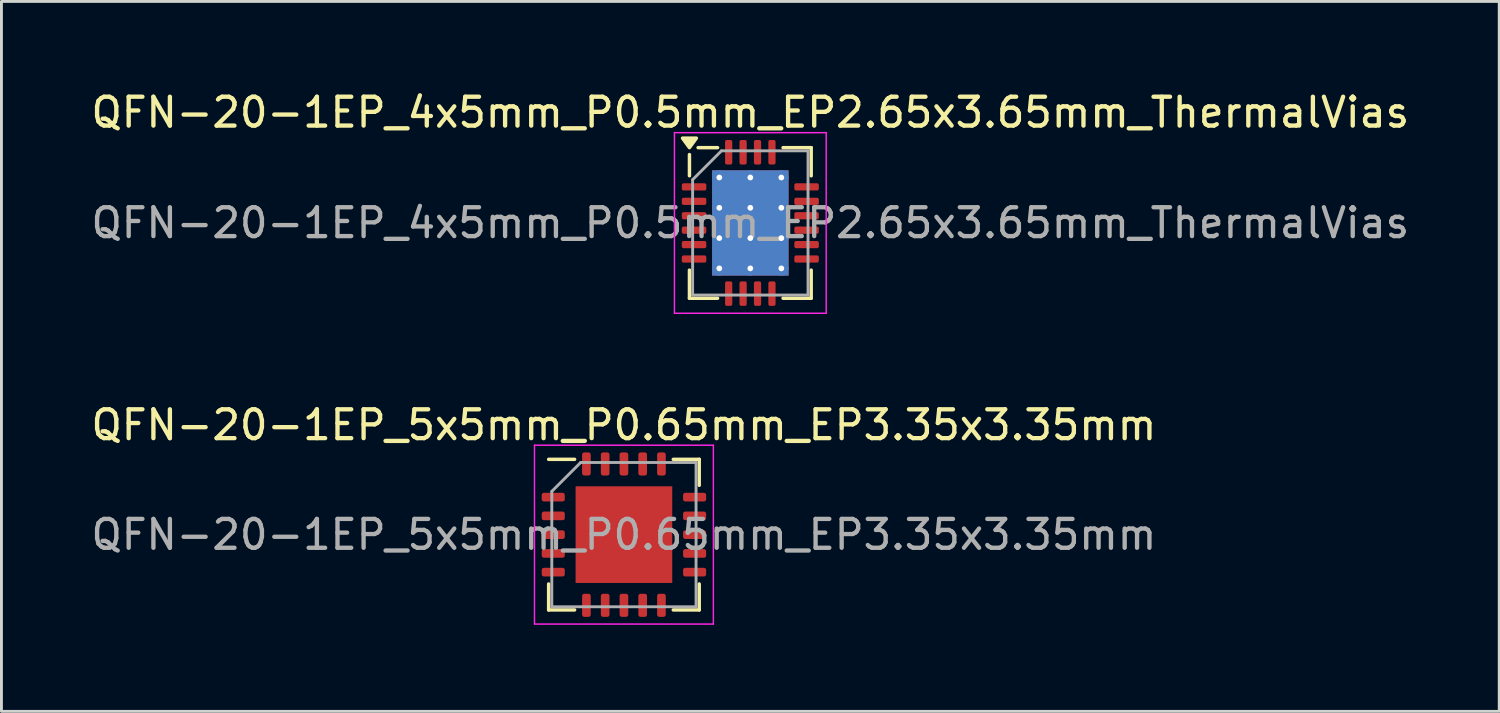
<source format=kicad_pcb>
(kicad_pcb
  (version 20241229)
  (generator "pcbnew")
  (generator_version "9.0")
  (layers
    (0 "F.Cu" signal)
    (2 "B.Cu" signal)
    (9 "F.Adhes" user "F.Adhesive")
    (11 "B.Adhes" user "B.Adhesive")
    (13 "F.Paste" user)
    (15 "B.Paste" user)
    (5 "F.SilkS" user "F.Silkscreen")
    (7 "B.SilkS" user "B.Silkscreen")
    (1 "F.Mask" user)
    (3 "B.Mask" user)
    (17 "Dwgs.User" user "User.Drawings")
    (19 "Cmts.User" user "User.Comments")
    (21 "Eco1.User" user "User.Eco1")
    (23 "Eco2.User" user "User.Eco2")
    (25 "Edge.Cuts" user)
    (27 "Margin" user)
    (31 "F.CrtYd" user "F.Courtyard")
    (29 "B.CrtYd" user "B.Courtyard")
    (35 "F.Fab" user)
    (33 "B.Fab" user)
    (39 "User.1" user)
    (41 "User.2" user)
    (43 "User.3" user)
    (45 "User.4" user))
  (footprint "QFN-20-1EP_4x5mm_P0.5mm_EP2.65x3.65mm_ThermalVias"
    (layer "F.Cu")
    (at 22.958 4.678)
    (property "Reference" "QFN-20-1EP_4x5mm_P0.5mm_EP2.65x3.65mm_ThermalVias" (at 0 -3.83 0) (layer "F.SilkS") (effects (font (size 1 1) (thickness 0.15))))
    (attr smd)
    (fp_line (start -2.11 -1.635) (end -2.11 -2.37) (stroke (width 0.12) (type solid)) (layer "F.SilkS"))
    (fp_line (start -2.11 2.61) (end -2.11 1.635) (stroke (width 0.12) (type solid)) (layer "F.SilkS"))
    (fp_line (start -1.135 -2.61) (end -1.81 -2.61) (stroke (width 0.12) (type solid)) (layer "F.SilkS"))
    (fp_line (start -1.135 2.61) (end -2.11 2.61) (stroke (width 0.12) (type solid)) (layer "F.SilkS"))
    (fp_line (start 1.135 -2.61) (end 2.11 -2.61) (stroke (width 0.12) (type solid)) (layer "F.SilkS"))
    (fp_line (start 1.135 2.61) (end 2.11 2.61) (stroke (width 0.12) (type solid)) (layer "F.SilkS"))
    (fp_line (start 2.11 -2.61) (end 2.11 -1.635) (stroke (width 0.12) (type solid)) (layer "F.SilkS"))
    (fp_line (start 2.11 2.61) (end 2.11 1.635) (stroke (width 0.12) (type solid)) (layer "F.SilkS"))
    (fp_poly (pts (xy -2.11 -2.61) (xy -2.35 -2.94) (xy -1.87 -2.94) (xy -2.11 -2.61)) (stroke (width 0.12) (type solid)) (fill yes) (layer "F.SilkS"))
    (fp_line (start -2.63 -3.13) (end -2.63 3.13) (stroke (width 0.05) (type solid)) (layer "F.CrtYd"))
    (fp_line (start -2.63 3.13) (end 2.63 3.13) (stroke (width 0.05) (type solid)) (layer "F.CrtYd"))
    (fp_line (start 2.63 -3.13) (end -2.63 -3.13) (stroke (width 0.05) (type solid)) (layer "F.CrtYd"))
    (fp_line (start 2.63 3.13) (end 2.63 -3.13) (stroke (width 0.05) (type solid)) (layer "F.CrtYd"))
    (fp_line (start -2 -1.5) (end -1 -2.5) (stroke (width 0.1) (type solid)) (layer "F.Fab"))
    (fp_line (start -2 2.5) (end -2 -1.5) (stroke (width 0.1) (type solid)) (layer "F.Fab"))
    (fp_line (start -1 -2.5) (end 2 -2.5) (stroke (width 0.1) (type solid)) (layer "F.Fab"))
    (fp_line (start 2 -2.5) (end 2 2.5) (stroke (width 0.1) (type solid)) (layer "F.Fab"))
    (fp_line (start 2 2.5) (end -2 2.5) (stroke (width 0.1) (type solid)) (layer "F.Fab"))
    (fp_text user "${REFERENCE}" (at 0 0 0) (layer "F.Fab") (effects (font (size 1 1) (thickness 0.15))))
    (pad "" smd custom (at -0.537 -1.05) (size 0.787 0.787) (layers "F.Paste") (options (anchor circle)) (primitives (gr_poly (pts (xy -0.376 -0.241) (xy -0.281 -0.336) (xy 0.281 -0.336) (xy 0.376 -0.241) (xy 0.376 0.241) (xy 0.281 0.336) (xy -0.281 0.336) (xy -0.376 0.241)) (width 0.23) (fill yes))))
    (pad "" smd custom (at -0.537 0) (size 0.787 0.787) (layers "F.Paste") (options (anchor circle)) (primitives (gr_poly (pts (xy -0.376 -0.241) (xy -0.281 -0.336) (xy 0.281 -0.336) (xy 0.376 -0.241) (xy 0.376 0.241) (xy 0.281 0.336) (xy -0.281 0.336) (xy -0.376 0.241)) (width 0.23) (fill yes))))
    (pad "" smd custom (at -0.537 1.05) (size 0.787 0.787) (layers "F.Paste") (options (anchor circle)) (primitives (gr_poly (pts (xy -0.376 -0.241) (xy -0.281 -0.336) (xy 0.281 -0.336) (xy 0.376 -0.241) (xy 0.376 0.241) (xy 0.281 0.336) (xy -0.281 0.336) (xy -0.376 0.241)) (width 0.23) (fill yes))))
    (pad "" smd custom (at 0.537 -1.05) (size 0.787 0.787) (layers "F.Paste") (options (anchor circle)) (primitives (gr_poly (pts (xy -0.376 -0.241) (xy -0.281 -0.336) (xy 0.281 -0.336) (xy 0.376 -0.241) (xy 0.376 0.241) (xy 0.281 0.336) (xy -0.281 0.336) (xy -0.376 0.241)) (width 0.23) (fill yes))))
    (pad "" smd custom (at 0.537 0) (size 0.787 0.787) (layers "F.Paste") (options (anchor circle)) (primitives (gr_poly (pts (xy -0.376 -0.241) (xy -0.281 -0.336) (xy 0.281 -0.336) (xy 0.376 -0.241) (xy 0.376 0.241) (xy 0.281 0.336) (xy -0.281 0.336) (xy -0.376 0.241)) (width 0.23) (fill yes))))
    (pad "" smd custom (at 0.537 1.05) (size 0.787 0.787) (layers "F.Paste") (options (anchor circle)) (primitives (gr_poly (pts (xy -0.376 -0.241) (xy -0.281 -0.336) (xy 0.281 -0.336) (xy 0.376 -0.241) (xy 0.376 0.241) (xy 0.281 0.336) (xy -0.281 0.336) (xy -0.376 0.241)) (width 0.23) (fill yes))))
    (pad "1" smd roundrect (at -1.95 -1.25) (size 0.85 0.25) (layers "F.Cu" "F.Mask" "F.Paste") (roundrect_rratio 0.25))
    (pad "2" smd roundrect (at -1.95 -0.75) (size 0.85 0.25) (layers "F.Cu" "F.Mask" "F.Paste") (roundrect_rratio 0.25))
    (pad "3" smd roundrect (at -1.95 -0.25) (size 0.85 0.25) (layers "F.Cu" "F.Mask" "F.Paste") (roundrect_rratio 0.25))
    (pad "4" smd roundrect (at -1.95 0.25) (size 0.85 0.25) (layers "F.Cu" "F.Mask" "F.Paste") (roundrect_rratio 0.25))
    (pad "5" smd roundrect (at -1.95 0.75) (size 0.85 0.25) (layers "F.Cu" "F.Mask" "F.Paste") (roundrect_rratio 0.25))
    (pad "6" smd roundrect (at -1.95 1.25) (size 0.85 0.25) (layers "F.Cu" "F.Mask" "F.Paste") (roundrect_rratio 0.25))
    (pad "7" smd roundrect (at -0.75 2.45) (size 0.25 0.85) (layers "F.Cu" "F.Mask" "F.Paste") (roundrect_rratio 0.25))
    (pad "8" smd roundrect (at -0.25 2.45) (size 0.25 0.85) (layers "F.Cu" "F.Mask" "F.Paste") (roundrect_rratio 0.25))
    (pad "9" smd roundrect (at 0.25 2.45) (size 0.25 0.85) (layers "F.Cu" "F.Mask" "F.Paste") (roundrect_rratio 0.25))
    (pad "10" smd roundrect (at 0.75 2.45) (size 0.25 0.85) (layers "F.Cu" "F.Mask" "F.Paste") (roundrect_rratio 0.25))
    (pad "11" smd roundrect (at 1.95 1.25) (size 0.85 0.25) (layers "F.Cu" "F.Mask" "F.Paste") (roundrect_rratio 0.25))
    (pad "12" smd roundrect (at 1.95 0.75) (size 0.85 0.25) (layers "F.Cu" "F.Mask" "F.Paste") (roundrect_rratio 0.25))
    (pad "13" smd roundrect (at 1.95 0.25) (size 0.85 0.25) (layers "F.Cu" "F.Mask" "F.Paste") (roundrect_rratio 0.25))
    (pad "14" smd roundrect (at 1.95 -0.25) (size 0.85 0.25) (layers "F.Cu" "F.Mask" "F.Paste") (roundrect_rratio 0.25))
    (pad "15" smd roundrect (at 1.95 -0.75) (size 0.85 0.25) (layers "F.Cu" "F.Mask" "F.Paste") (roundrect_rratio 0.25))
    (pad "16" smd roundrect (at 1.95 -1.25) (size 0.85 0.25) (layers "F.Cu" "F.Mask" "F.Paste") (roundrect_rratio 0.25))
    (pad "17" smd roundrect (at 0.75 -2.45) (size 0.25 0.85) (layers "F.Cu" "F.Mask" "F.Paste") (roundrect_rratio 0.25))
    (pad "18" smd roundrect (at 0.25 -2.45) (size 0.25 0.85) (layers "F.Cu" "F.Mask" "F.Paste") (roundrect_rratio 0.25))
    (pad "19" smd roundrect (at -0.25 -2.45) (size 0.25 0.85) (layers "F.Cu" "F.Mask" "F.Paste") (roundrect_rratio 0.25))
    (pad "20" smd roundrect (at -0.75 -2.45) (size 0.25 0.85) (layers "F.Cu" "F.Mask" "F.Paste") (roundrect_rratio 0.25))
    (pad "21" thru_hole circle (at -1.075 -1.575) (size 0.5 0.5) (drill 0.2) (property pad_prop_heatsink) (layers "*.Cu"))
    (pad "21" thru_hole circle (at -1.075 -0.525) (size 0.5 0.5) (drill 0.2) (property pad_prop_heatsink) (layers "*.Cu"))
    (pad "21" thru_hole circle (at -1.075 0.525) (size 0.5 0.5) (drill 0.2) (property pad_prop_heatsink) (layers "*.Cu"))
    (pad "21" thru_hole circle (at -1.075 1.575) (size 0.5 0.5) (drill 0.2) (property pad_prop_heatsink) (layers "*.Cu"))
    (pad "21" thru_hole circle (at 0 -1.575) (size 0.5 0.5) (drill 0.2) (property pad_prop_heatsink) (layers "*.Cu"))
    (pad "21" thru_hole circle (at 0 -0.525) (size 0.5 0.5) (drill 0.2) (property pad_prop_heatsink) (layers "*.Cu"))
    (pad "21" smd rect (at 0 0) (size 2.65 3.65) (property pad_prop_heatsink) (layers "F.Cu" "F.Mask"))
    (pad "21" smd rect (at 0 0) (size 2.65 3.65) (property pad_prop_heatsink) (layers "B.Cu"))
    (pad "21" thru_hole circle (at 0 0.525) (size 0.5 0.5) (drill 0.2) (property pad_prop_heatsink) (layers "*.Cu"))
    (pad "21" thru_hole circle (at 0 1.575) (size 0.5 0.5) (drill 0.2) (property pad_prop_heatsink) (layers "*.Cu"))
    (pad "21" thru_hole circle (at 1.075 -1.575) (size 0.5 0.5) (drill 0.2) (property pad_prop_heatsink) (layers "*.Cu"))
    (pad "21" thru_hole circle (at 1.075 -0.525) (size 0.5 0.5) (drill 0.2) (property pad_prop_heatsink) (layers "*.Cu"))
    (pad "21" thru_hole circle (at 1.075 0.525) (size 0.5 0.5) (drill 0.2) (property pad_prop_heatsink) (layers "*.Cu"))
    (pad "21" thru_hole circle (at 1.075 1.575) (size 0.5 0.5) (drill 0.2) (property pad_prop_heatsink) (layers "*.Cu")))
  (footprint "QFN-20-1EP_5x5mm_P0.65mm_EP3.35x3.35mm"
    (layer "F.Cu")
    (at 18.577 15.482)
    (property "Reference" "QFN-20-1EP_5x5mm_P0.65mm_EP3.35x3.35mm" (at 0 -3.8 0) (layer "F.SilkS") (effects (font (size 1 1) (thickness 0.15))))
    (attr smd)
    (fp_line (start -2.61 2.61) (end -2.61 1.71) (stroke (width 0.12) (type solid)) (layer "F.SilkS"))
    (fp_line (start -1.71 -2.61) (end -2.61 -2.61) (stroke (width 0.12) (type solid)) (layer "F.SilkS"))
    (fp_line (start -1.71 2.61) (end -2.61 2.61) (stroke (width 0.12) (type solid)) (layer "F.SilkS"))
    (fp_line (start 1.71 -2.61) (end 2.61 -2.61) (stroke (width 0.12) (type solid)) (layer "F.SilkS"))
    (fp_line (start 1.71 2.61) (end 2.61 2.61) (stroke (width 0.12) (type solid)) (layer "F.SilkS"))
    (fp_line (start 2.61 -2.61) (end 2.61 -1.71) (stroke (width 0.12) (type solid)) (layer "F.SilkS"))
    (fp_line (start 2.61 2.61) (end 2.61 1.71) (stroke (width 0.12) (type solid)) (layer "F.SilkS"))
    (fp_line (start -3.1 -3.1) (end -3.1 3.1) (stroke (width 0.05) (type solid)) (layer "F.CrtYd"))
    (fp_line (start -3.1 3.1) (end 3.1 3.1) (stroke (width 0.05) (type solid)) (layer "F.CrtYd"))
    (fp_line (start 3.1 -3.1) (end -3.1 -3.1) (stroke (width 0.05) (type solid)) (layer "F.CrtYd"))
    (fp_line (start 3.1 3.1) (end 3.1 -3.1) (stroke (width 0.05) (type solid)) (layer "F.CrtYd"))
    (fp_line (start -2.5 -1.5) (end -1.5 -2.5) (stroke (width 0.1) (type solid)) (layer "F.Fab"))
    (fp_line (start -2.5 2.5) (end -2.5 -1.5) (stroke (width 0.1) (type solid)) (layer "F.Fab"))
    (fp_line (start -1.5 -2.5) (end 2.5 -2.5) (stroke (width 0.1) (type solid)) (layer "F.Fab"))
    (fp_line (start 2.5 -2.5) (end 2.5 2.5) (stroke (width 0.1) (type solid)) (layer "F.Fab"))
    (fp_line (start 2.5 2.5) (end -2.5 2.5) (stroke (width 0.1) (type solid)) (layer "F.Fab"))
    (fp_text user "${REFERENCE}" (at 0 0 0) (layer "F.Fab") (effects (font (size 1 1) (thickness 0.15))))
    (pad "" smd roundrect (at -0.84 -0.84) (size 1.35 1.35) (layers "F.Paste") (roundrect_rratio 0.185))
    (pad "" smd roundrect (at -0.84 0.84) (size 1.35 1.35) (layers "F.Paste") (roundrect_rratio 0.185))
    (pad "" smd roundrect (at 0.84 -0.84) (size 1.35 1.35) (layers "F.Paste") (roundrect_rratio 0.185))
    (pad "" smd roundrect (at 0.84 0.84) (size 1.35 1.35) (layers "F.Paste") (roundrect_rratio 0.185))
    (pad "1" smd roundrect (at -2.45 -1.3) (size 0.8 0.3) (layers "F.Cu" "F.Mask" "F.Paste") (roundrect_rratio 0.25))
    (pad "2" smd roundrect (at -2.45 -0.65) (size 0.8 0.3) (layers "F.Cu" "F.Mask" "F.Paste") (roundrect_rratio 0.25))
    (pad "3" smd roundrect (at -2.45 0) (size 0.8 0.3) (layers "F.Cu" "F.Mask" "F.Paste") (roundrect_rratio 0.25))
    (pad "4" smd roundrect (at -2.45 0.65) (size 0.8 0.3) (layers "F.Cu" "F.Mask" "F.Paste") (roundrect_rratio 0.25))
    (pad "5" smd roundrect (at -2.45 1.3) (size 0.8 0.3) (layers "F.Cu" "F.Mask" "F.Paste") (roundrect_rratio 0.25))
    (pad "6" smd roundrect (at -1.3 2.45) (size 0.3 0.8) (layers "F.Cu" "F.Mask" "F.Paste") (roundrect_rratio 0.25))
    (pad "7" smd roundrect (at -0.65 2.45) (size 0.3 0.8) (layers "F.Cu" "F.Mask" "F.Paste") (roundrect_rratio 0.25))
    (pad "8" smd roundrect (at 0 2.45) (size 0.3 0.8) (layers "F.Cu" "F.Mask" "F.Paste") (roundrect_rratio 0.25))
    (pad "9" smd roundrect (at 0.65 2.45) (size 0.3 0.8) (layers "F.Cu" "F.Mask" "F.Paste") (roundrect_rratio 0.25))
    (pad "10" smd roundrect (at 1.3 2.45) (size 0.3 0.8) (layers "F.Cu" "F.Mask" "F.Paste") (roundrect_rratio 0.25))
    (pad "11" smd roundrect (at 2.45 1.3) (size 0.8 0.3) (layers "F.Cu" "F.Mask" "F.Paste") (roundrect_rratio 0.25))
    (pad "12" smd roundrect (at 2.45 0.65) (size 0.8 0.3) (layers "F.Cu" "F.Mask" "F.Paste") (roundrect_rratio 0.25))
    (pad "13" smd roundrect (at 2.45 0) (size 0.8 0.3) (layers "F.Cu" "F.Mask" "F.Paste") (roundrect_rratio 0.25))
    (pad "14" smd roundrect (at 2.45 -0.65) (size 0.8 0.3) (layers "F.Cu" "F.Mask" "F.Paste") (roundrect_rratio 0.25))
    (pad "15" smd roundrect (at 2.45 -1.3) (size 0.8 0.3) (layers "F.Cu" "F.Mask" "F.Paste") (roundrect_rratio 0.25))
    (pad "16" smd roundrect (at 1.3 -2.45) (size 0.3 0.8) (layers "F.Cu" "F.Mask" "F.Paste") (roundrect_rratio 0.25))
    (pad "17" smd roundrect (at 0.65 -2.45) (size 0.3 0.8) (layers "F.Cu" "F.Mask" "F.Paste") (roundrect_rratio 0.25))
    (pad "18" smd roundrect (at 0 -2.45) (size 0.3 0.8) (layers "F.Cu" "F.Mask" "F.Paste") (roundrect_rratio 0.25))
    (pad "19" smd roundrect (at -0.65 -2.45) (size 0.3 0.8) (layers "F.Cu" "F.Mask" "F.Paste") (roundrect_rratio 0.25))
    (pad "20" smd roundrect (at -1.3 -2.45) (size 0.3 0.8) (layers "F.Cu" "F.Mask" "F.Paste") (roundrect_rratio 0.25))
    (pad "21" smd rect (at 0 0) (size 3.35 3.35) (layers "F.Cu" "F.Mask")))
  (gr_rect
    (start -3 -3)
    (end 48.917 21.607)
    (stroke (width 0.1) (type default))
    (fill no)
    (layer "Edge.Cuts")))
</source>
